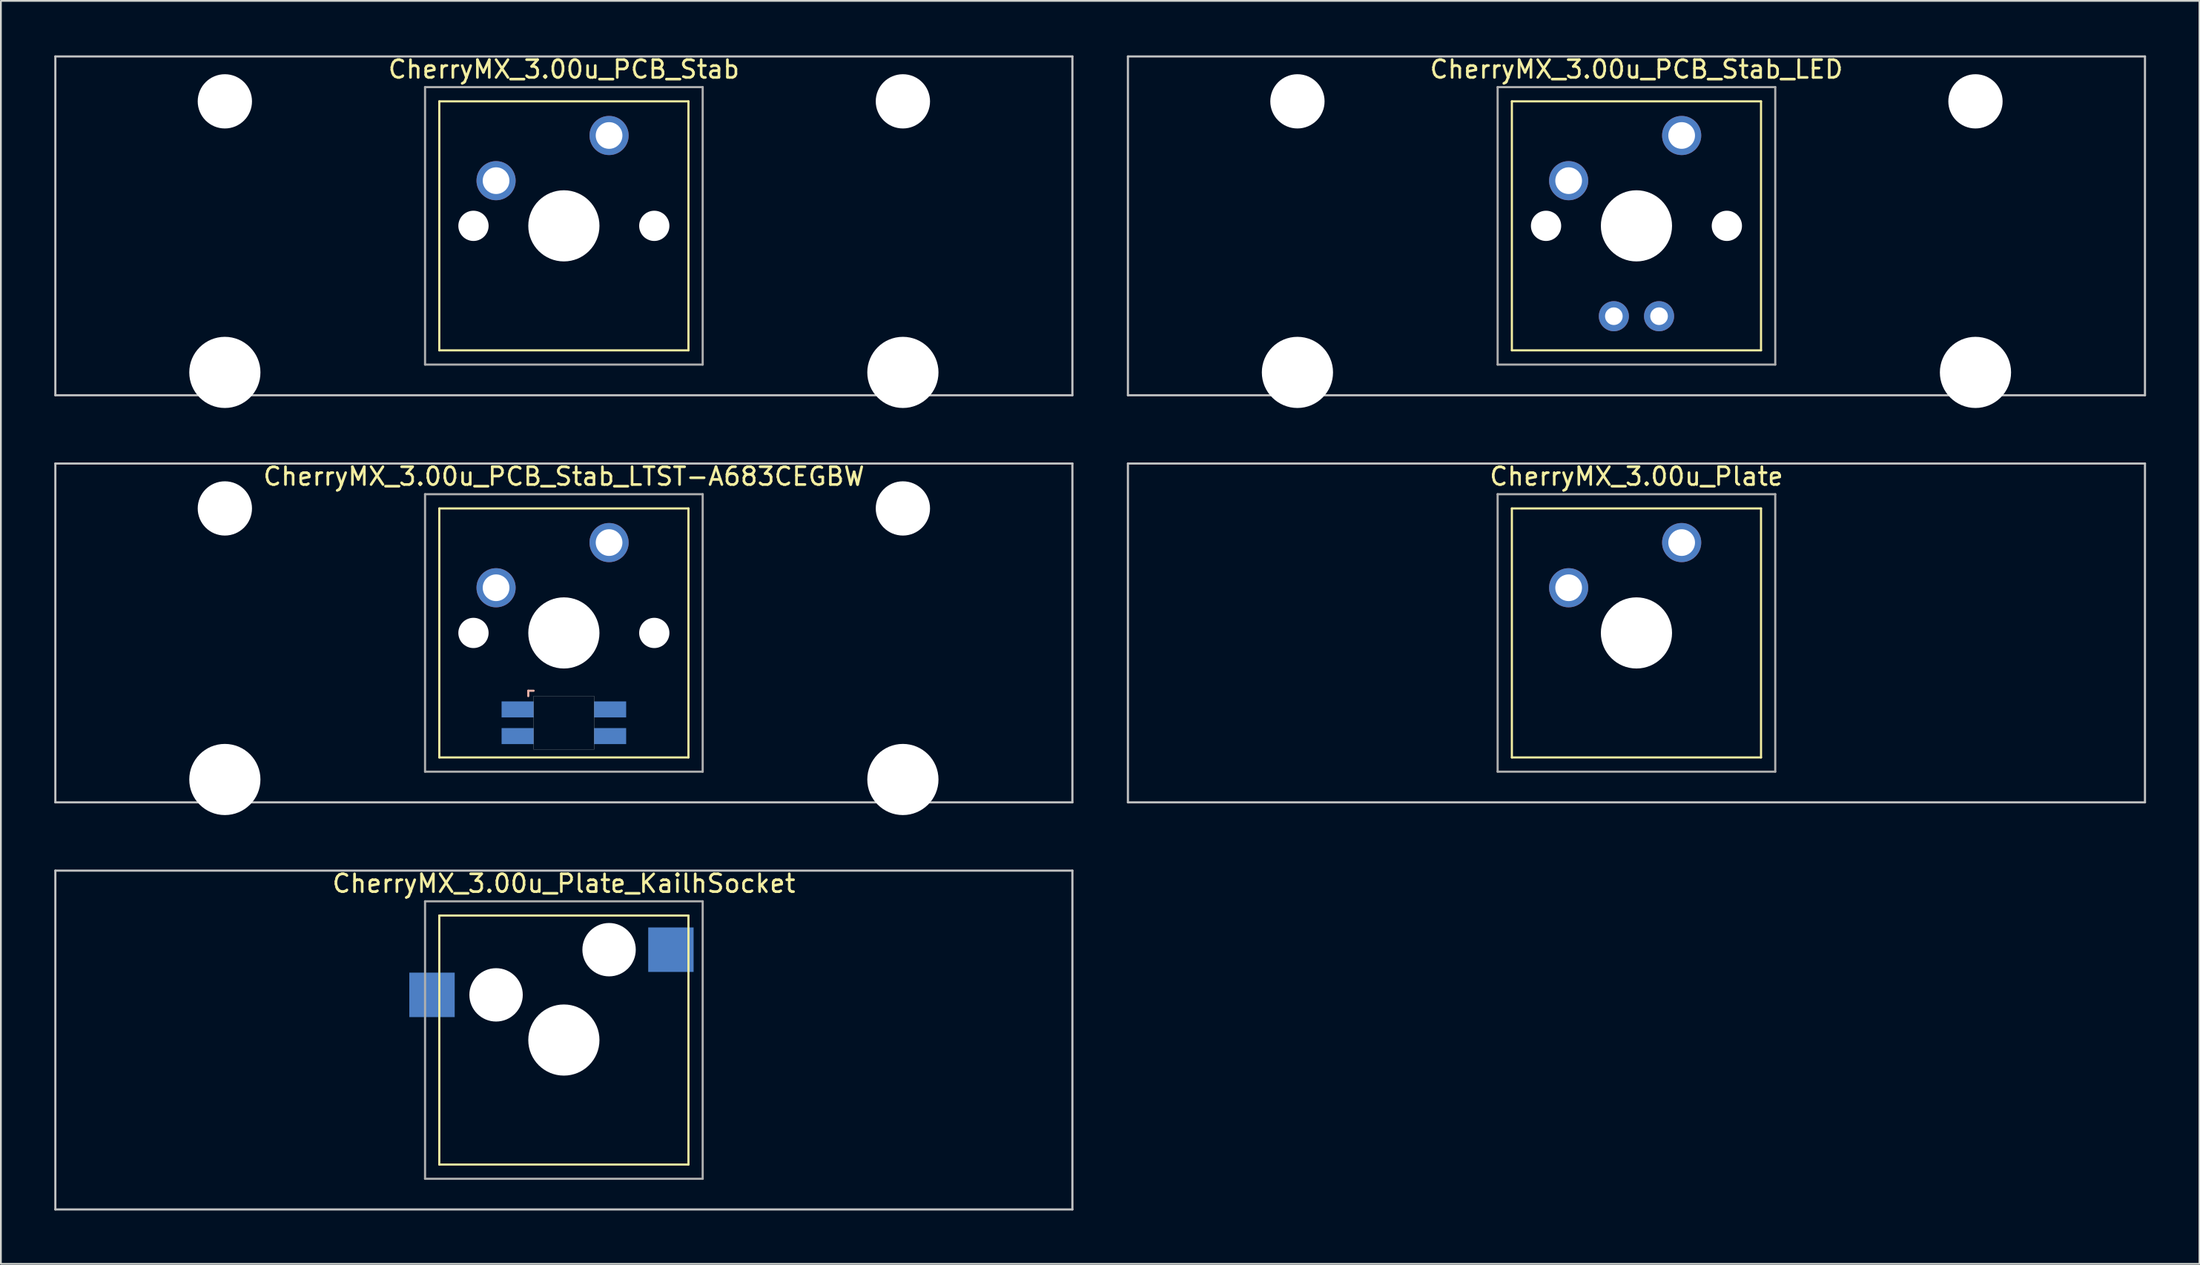
<source format=kicad_pcb>
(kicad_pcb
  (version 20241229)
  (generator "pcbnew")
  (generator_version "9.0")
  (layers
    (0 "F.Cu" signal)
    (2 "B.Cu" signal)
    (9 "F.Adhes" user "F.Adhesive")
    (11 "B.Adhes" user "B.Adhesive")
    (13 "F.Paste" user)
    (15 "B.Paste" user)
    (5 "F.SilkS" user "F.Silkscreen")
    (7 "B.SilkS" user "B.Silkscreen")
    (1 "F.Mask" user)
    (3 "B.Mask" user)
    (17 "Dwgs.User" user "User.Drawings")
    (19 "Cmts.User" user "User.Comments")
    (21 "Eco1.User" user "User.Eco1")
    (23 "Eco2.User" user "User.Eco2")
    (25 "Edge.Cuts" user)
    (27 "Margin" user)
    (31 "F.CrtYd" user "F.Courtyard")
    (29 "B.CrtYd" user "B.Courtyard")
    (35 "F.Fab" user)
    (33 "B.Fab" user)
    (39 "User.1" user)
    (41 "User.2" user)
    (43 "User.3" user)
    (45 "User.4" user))
  (footprint "CherryMX_3.00u_PCB_Stab"
    (layer "F.Cu")
    (at 28.635 9.648)
    (property "Reference" "CherryMX_3.00u_PCB_Stab" (at 0 -8.8 0) (layer "F.SilkS") (effects (font (size 1 1) (thickness 0.15))))
    (attr through_hole)
    (fp_line (start -7 -7) (end -7 7) (stroke (width 0.12) (type solid)) (layer "F.SilkS"))
    (fp_line (start -7 -7) (end 7 -7) (stroke (width 0.12) (type solid)) (layer "F.SilkS"))
    (fp_line (start 7 -7) (end 7 7) (stroke (width 0.12) (type solid)) (layer "F.SilkS"))
    (fp_line (start 7 7) (end -7 7) (stroke (width 0.12) (type solid)) (layer "F.SilkS"))
    (fp_line (start -28.575 -9.525) (end 28.575 -9.525) (stroke (width 0.12) (type solid)) (layer "Dwgs.User"))
    (fp_line (start -28.575 9.525) (end -28.575 -9.525) (stroke (width 0.12) (type solid)) (layer "Dwgs.User"))
    (fp_line (start 28.575 -9.525) (end 28.575 9.525) (stroke (width 0.12) (type solid)) (layer "Dwgs.User"))
    (fp_line (start 28.575 9.525) (end -28.575 9.525) (stroke (width 0.12) (type solid)) (layer "Dwgs.User"))
    (fp_line (start -7.8 -7.8) (end -7.8 7.8) (stroke (width 0.12) (type solid)) (layer "F.Fab"))
    (fp_line (start -7.8 -7.8) (end 7.8 -7.8) (stroke (width 0.12) (type solid)) (layer "F.Fab"))
    (fp_line (start -7.8 7.8) (end 7.8 7.8) (stroke (width 0.12) (type solid)) (layer "F.Fab"))
    (fp_line (start 7.8 -7.8) (end 7.8 7.8) (stroke (width 0.12) (type solid)) (layer "F.Fab"))
    (pad "" np_thru_hole circle (at -19.05 -7) (size 3.05 3.05) (drill 3.05) (layers "*.Cu" "*.Mask"))
    (pad "" np_thru_hole circle (at -19.05 8.24) (size 4 4) (drill 4) (layers "*.Cu" "*.Mask"))
    (pad "" np_thru_hole circle (at -5.08 0) (size 1.7 1.7) (drill 1.7) (layers "*.Cu" "*.Mask"))
    (pad "" np_thru_hole circle (at 0 0) (size 4 4) (drill 4) (layers "*.Cu" "*.Mask"))
    (pad "" np_thru_hole circle (at 5.08 0) (size 1.7 1.7) (drill 1.7) (layers "*.Cu" "*.Mask"))
    (pad "" np_thru_hole circle (at 19.05 -7) (size 3.05 3.05) (drill 3.05) (layers "*.Cu" "*.Mask"))
    (pad "" np_thru_hole circle (at 19.05 8.24) (size 4 4) (drill 4) (layers "*.Cu" "*.Mask"))
    (pad "1" thru_hole circle (at -3.81 -2.54) (size 2.2 2.2) (drill 1.5) (layers "*.Cu" "*.Mask"))
    (pad "2" thru_hole circle (at 2.54 -5.08) (size 2.2 2.2) (drill 1.5) (layers "*.Cu" "*.Mask")))
  (footprint "CherryMX_3.00u_PCB_Stab_LED"
    (layer "F.Cu")
    (at 88.905 9.648)
    (property "Reference" "CherryMX_3.00u_PCB_Stab_LED" (at 0 -8.8 0) (layer "F.SilkS") (effects (font (size 1 1) (thickness 0.15))))
    (attr through_hole)
    (fp_line (start -7 -7) (end -7 7) (stroke (width 0.12) (type solid)) (layer "F.SilkS"))
    (fp_line (start -7 -7) (end 7 -7) (stroke (width 0.12) (type solid)) (layer "F.SilkS"))
    (fp_line (start 7 -7) (end 7 7) (stroke (width 0.12) (type solid)) (layer "F.SilkS"))
    (fp_line (start 7 7) (end -7 7) (stroke (width 0.12) (type solid)) (layer "F.SilkS"))
    (fp_line (start -28.575 -9.525) (end 28.575 -9.525) (stroke (width 0.12) (type solid)) (layer "Dwgs.User"))
    (fp_line (start -28.575 9.525) (end -28.575 -9.525) (stroke (width 0.12) (type solid)) (layer "Dwgs.User"))
    (fp_line (start 28.575 -9.525) (end 28.575 9.525) (stroke (width 0.12) (type solid)) (layer "Dwgs.User"))
    (fp_line (start 28.575 9.525) (end -28.575 9.525) (stroke (width 0.12) (type solid)) (layer "Dwgs.User"))
    (fp_line (start -7.8 -7.8) (end -7.8 7.8) (stroke (width 0.12) (type solid)) (layer "F.Fab"))
    (fp_line (start -7.8 -7.8) (end 7.8 -7.8) (stroke (width 0.12) (type solid)) (layer "F.Fab"))
    (fp_line (start -7.8 7.8) (end 7.8 7.8) (stroke (width 0.12) (type solid)) (layer "F.Fab"))
    (fp_line (start 7.8 -7.8) (end 7.8 7.8) (stroke (width 0.12) (type solid)) (layer "F.Fab"))
    (pad "" np_thru_hole circle (at -19.05 -7) (size 3.05 3.05) (drill 3.05) (layers "*.Cu" "*.Mask"))
    (pad "" np_thru_hole circle (at -19.05 8.24) (size 4 4) (drill 4) (layers "*.Cu" "*.Mask"))
    (pad "" np_thru_hole circle (at -5.08 0) (size 1.7 1.7) (drill 1.7) (layers "*.Cu" "*.Mask"))
    (pad "" np_thru_hole circle (at 0 0) (size 4 4) (drill 4) (layers "*.Cu" "*.Mask"))
    (pad "" np_thru_hole circle (at 5.08 0) (size 1.7 1.7) (drill 1.7) (layers "*.Cu" "*.Mask"))
    (pad "" np_thru_hole circle (at 19.05 -7) (size 3.05 3.05) (drill 3.05) (layers "*.Cu" "*.Mask"))
    (pad "" np_thru_hole circle (at 19.05 8.24) (size 4 4) (drill 4) (layers "*.Cu" "*.Mask"))
    (pad "1" thru_hole circle (at -3.81 -2.54) (size 2.2 2.2) (drill 1.5) (layers "*.Cu" "*.Mask"))
    (pad "2" thru_hole circle (at 2.54 -5.08) (size 2.2 2.2) (drill 1.5) (layers "*.Cu" "*.Mask"))
    (pad "3" thru_hole circle (at -1.27 5.08) (size 1.691 1.691) (drill 0.991) (layers "*.Cu" "*.Mask"))
    (pad "4" thru_hole circle (at 1.27 5.08) (size 1.691 1.691) (drill 0.991) (layers "*.Cu" "*.Mask")))
  (footprint "CherryMX_3.00u_Plate"
    (layer "F.Cu")
    (at 88.905 32.536)
    (property "Reference" "CherryMX_3.00u_Plate" (at 0 -8.8 0) (layer "F.SilkS") (effects (font (size 1 1) (thickness 0.15))))
    (attr through_hole)
    (fp_line (start -7 -7) (end -7 7) (stroke (width 0.12) (type solid)) (layer "F.SilkS"))
    (fp_line (start -7 -7) (end 7 -7) (stroke (width 0.12) (type solid)) (layer "F.SilkS"))
    (fp_line (start 7 -7) (end 7 7) (stroke (width 0.12) (type solid)) (layer "F.SilkS"))
    (fp_line (start 7 7) (end -7 7) (stroke (width 0.12) (type solid)) (layer "F.SilkS"))
    (fp_line (start -28.575 -9.525) (end 28.575 -9.525) (stroke (width 0.12) (type solid)) (layer "Dwgs.User"))
    (fp_line (start -28.575 9.525) (end -28.575 -9.525) (stroke (width 0.12) (type solid)) (layer "Dwgs.User"))
    (fp_line (start 28.575 -9.525) (end 28.575 9.525) (stroke (width 0.12) (type solid)) (layer "Dwgs.User"))
    (fp_line (start 28.575 9.525) (end -28.575 9.525) (stroke (width 0.12) (type solid)) (layer "Dwgs.User"))
    (fp_line (start -7.8 -7.8) (end -7.8 7.8) (stroke (width 0.12) (type solid)) (layer "F.Fab"))
    (fp_line (start -7.8 -7.8) (end 7.8 -7.8) (stroke (width 0.12) (type solid)) (layer "F.Fab"))
    (fp_line (start -7.8 7.8) (end 7.8 7.8) (stroke (width 0.12) (type solid)) (layer "F.Fab"))
    (fp_line (start 7.8 -7.8) (end 7.8 7.8) (stroke (width 0.12) (type solid)) (layer "F.Fab"))
    (pad "" np_thru_hole circle (at 0 0) (size 4 4) (drill 4) (layers "*.Cu" "*.Mask"))
    (pad "1" thru_hole circle (at -3.81 -2.54) (size 2.2 2.2) (drill 1.5) (layers "*.Cu" "*.Mask"))
    (pad "2" thru_hole circle (at 2.54 -5.08) (size 2.2 2.2) (drill 1.5) (layers "*.Cu" "*.Mask")))
  (footprint "CherryMX_3.00u_PCB_Stab_LTST-A683CEGBW"
    (layer "F.Cu")
    (at 28.635 32.536)
    (property "Reference" "CherryMX_3.00u_PCB_Stab_LTST-A683CEGBW" (at 0 -8.8 0) (layer "F.SilkS") (effects (font (size 1 1) (thickness 0.15))))
    (attr through_hole)
    (fp_line (start -7 -7) (end -7 7) (stroke (width 0.12) (type solid)) (layer "F.SilkS"))
    (fp_line (start -7 -7) (end 7 -7) (stroke (width 0.12) (type solid)) (layer "F.SilkS"))
    (fp_line (start 7 -7) (end 7 7) (stroke (width 0.12) (type solid)) (layer "F.SilkS"))
    (fp_line (start 7 7) (end -7 7) (stroke (width 0.12) (type solid)) (layer "F.SilkS"))
    (fp_line (start -2 3.25) (end -2 3.55) (stroke (width 0.12) (type solid)) (layer "B.SilkS"))
    (fp_line (start -1.7 3.25) (end -2 3.25) (stroke (width 0.12) (type solid)) (layer "B.SilkS"))
    (fp_line (start -28.575 -9.525) (end 28.575 -9.525) (stroke (width 0.12) (type solid)) (layer "Dwgs.User"))
    (fp_line (start -28.575 9.525) (end -28.575 -9.525) (stroke (width 0.12) (type solid)) (layer "Dwgs.User"))
    (fp_line (start 28.575 -9.525) (end 28.575 9.525) (stroke (width 0.12) (type solid)) (layer "Dwgs.User"))
    (fp_line (start 28.575 9.525) (end -28.575 9.525) (stroke (width 0.12) (type solid)) (layer "Dwgs.User"))
    (fp_poly (pts (xy 1.7 6.55) (xy -1.7 6.55) (xy -1.7 3.55) (xy 1.7 3.55)) (stroke (width 0.01) (type solid)) (fill no) (layer "Edge.Cuts"))
    (fp_line (start -7.8 -7.8) (end -7.8 7.8) (stroke (width 0.12) (type solid)) (layer "F.Fab"))
    (fp_line (start -7.8 -7.8) (end 7.8 -7.8) (stroke (width 0.12) (type solid)) (layer "F.Fab"))
    (fp_line (start -7.8 7.8) (end 7.8 7.8) (stroke (width 0.12) (type solid)) (layer "F.Fab"))
    (fp_line (start 7.8 -7.8) (end 7.8 7.8) (stroke (width 0.12) (type solid)) (layer "F.Fab"))
    (pad "" np_thru_hole circle (at -19.05 -7) (size 3.05 3.05) (drill 3.05) (layers "*.Cu" "*.Mask"))
    (pad "" np_thru_hole circle (at -19.05 8.24) (size 4 4) (drill 4) (layers "*.Cu" "*.Mask"))
    (pad "" np_thru_hole circle (at -5.08 0) (size 1.7 1.7) (drill 1.7) (layers "*.Cu" "*.Mask"))
    (pad "" np_thru_hole circle (at 0 0) (size 4 4) (drill 4) (layers "*.Cu" "*.Mask"))
    (pad "" np_thru_hole circle (at 5.08 0) (size 1.7 1.7) (drill 1.7) (layers "*.Cu" "*.Mask"))
    (pad "" np_thru_hole circle (at 19.05 -7) (size 3.05 3.05) (drill 3.05) (layers "*.Cu" "*.Mask"))
    (pad "" np_thru_hole circle (at 19.05 8.24) (size 4 4) (drill 4) (layers "*.Cu" "*.Mask"))
    (pad "1" thru_hole circle (at -3.81 -2.54) (size 2.2 2.2) (drill 1.5) (layers "*.Cu" "*.Mask"))
    (pad "2" thru_hole circle (at 2.54 -5.08) (size 2.2 2.2) (drill 1.5) (layers "*.Cu" "*.Mask"))
    (pad "3" smd rect (at -2.6 4.3) (size 1.8 0.9) (layers "B.Cu" "B.Mask" "B.Paste"))
    (pad "4" smd rect (at -2.6 5.8) (size 1.8 0.9) (layers "B.Cu" "B.Mask" "B.Paste"))
    (pad "5" smd rect (at 2.6 4.3) (size 1.8 0.9) (layers "B.Cu" "B.Mask" "B.Paste"))
    (pad "6" smd rect (at 2.6 5.8) (size 1.8 0.9) (layers "B.Cu" "B.Mask" "B.Paste")))
  (footprint "CherryMX_3.00u_Plate_KailhSocket"
    (layer "F.Cu")
    (at 28.635 55.425)
    (property "Reference" "CherryMX_3.00u_Plate_KailhSocket" (at 0 -8.8 0) (layer "F.SilkS") (effects (font (size 1 1) (thickness 0.15))))
    (attr through_hole)
    (fp_line (start -7 -7) (end -7 7) (stroke (width 0.12) (type solid)) (layer "F.SilkS"))
    (fp_line (start -7 -7) (end 7 -7) (stroke (width 0.12) (type solid)) (layer "F.SilkS"))
    (fp_line (start 7 -7) (end 7 7) (stroke (width 0.12) (type solid)) (layer "F.SilkS"))
    (fp_line (start 7 7) (end -7 7) (stroke (width 0.12) (type solid)) (layer "F.SilkS"))
    (fp_line (start -28.575 -9.525) (end 28.575 -9.525) (stroke (width 0.12) (type solid)) (layer "Dwgs.User"))
    (fp_line (start -28.575 9.525) (end -28.575 -9.525) (stroke (width 0.12) (type solid)) (layer "Dwgs.User"))
    (fp_line (start 28.575 -9.525) (end 28.575 9.525) (stroke (width 0.12) (type solid)) (layer "Dwgs.User"))
    (fp_line (start 28.575 9.525) (end -28.575 9.525) (stroke (width 0.12) (type solid)) (layer "Dwgs.User"))
    (fp_line (start -7.8 -7.8) (end -7.8 7.8) (stroke (width 0.12) (type solid)) (layer "F.Fab"))
    (fp_line (start -7.8 -7.8) (end 7.8 -7.8) (stroke (width 0.12) (type solid)) (layer "F.Fab"))
    (fp_line (start -7.8 7.8) (end 7.8 7.8) (stroke (width 0.12) (type solid)) (layer "F.Fab"))
    (fp_line (start 7.8 -7.8) (end 7.8 7.8) (stroke (width 0.12) (type solid)) (layer "F.Fab"))
    (pad "" np_thru_hole circle (at -3.81 -2.54) (size 3 3) (drill 3) (layers "*.Cu" "*.Mask"))
    (pad "" np_thru_hole circle (at 0 0) (size 4 4) (drill 4) (layers "*.Cu" "*.Mask"))
    (pad "" np_thru_hole circle (at 2.54 -5.08) (size 3 3) (drill 3) (layers "*.Cu" "*.Mask"))
    (pad "1" smd rect (at -7.41 -2.54) (size 2.55 2.5) (layers "B.Cu" "B.Mask" "B.Paste"))
    (pad "2" smd rect (at 6.015 -5.08) (size 2.55 2.5) (layers "B.Cu" "B.Mask" "B.Paste")))
  (gr_rect
    (start -3 -3)
    (end 120.54 68.01)
    (stroke (width 0.1) (type default))
    (fill no)
    (layer "Edge.Cuts")))
</source>
